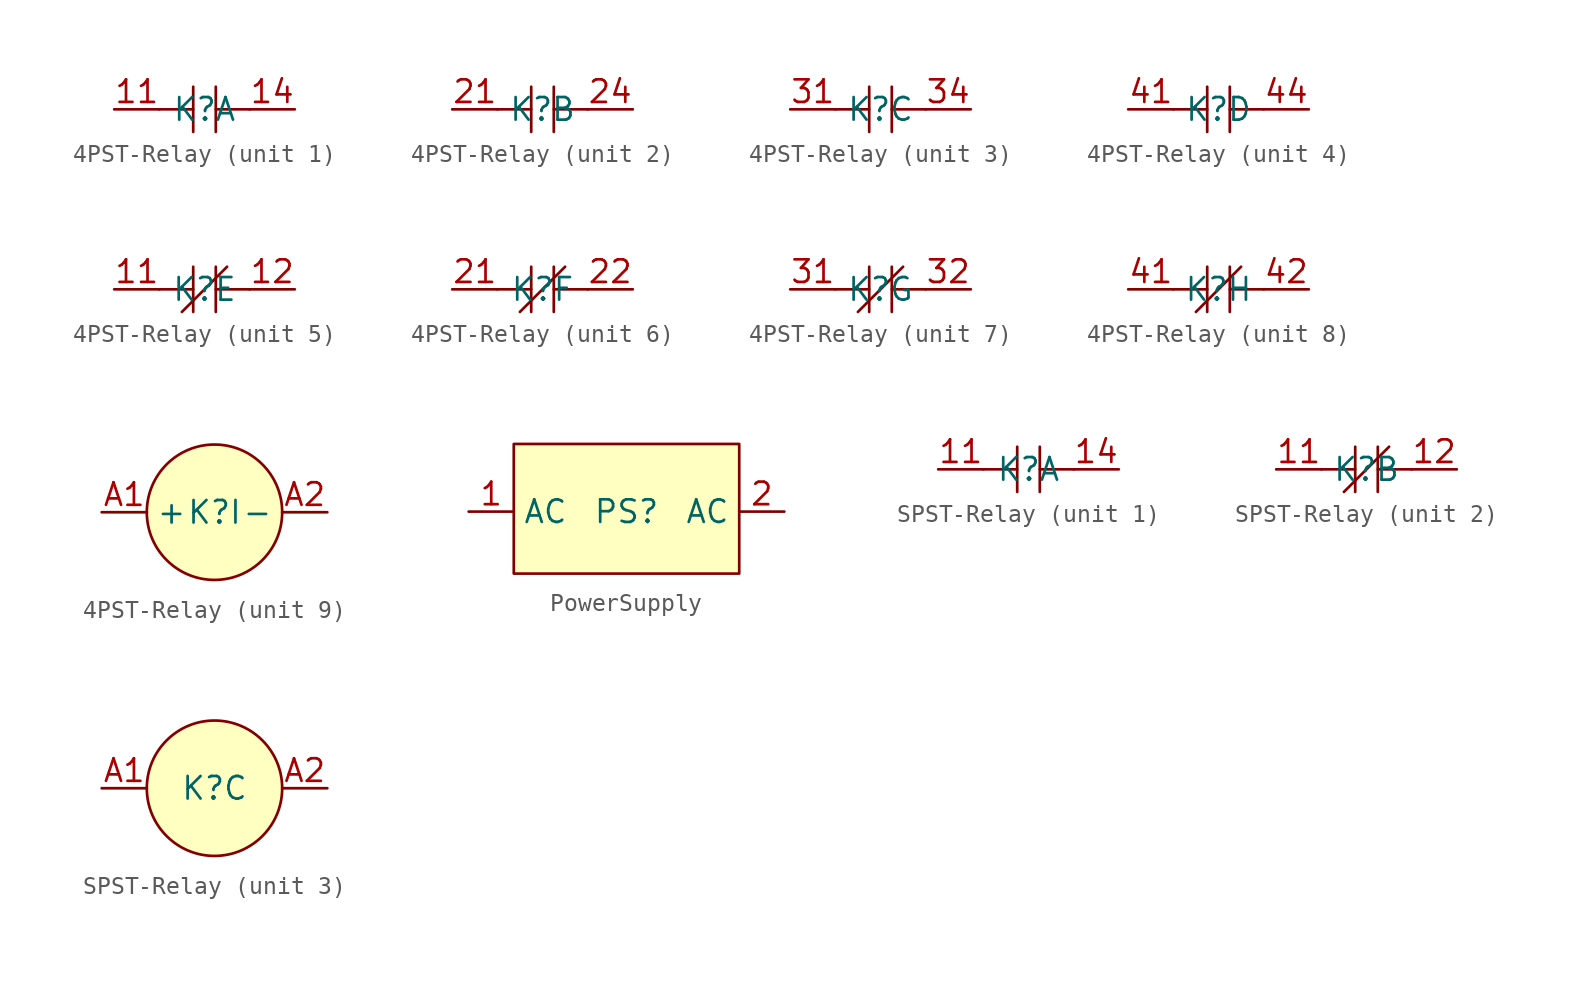
<source format=kicad_sym>
(kicad_symbol_lib
  (version 20231120)
  (generator "kicad_symbol_editor")
  (generator_version "8.0")
  (symbol "4PST-Relay"
    (property "Reference" "K"
      (at 0 0 0)
      (effects (font (size 1.27 1.27))))
    (property "Value" ""
      (at 0 0 0)
      (effects (font (size 1.27 1.27))))
    (property "ki_locked" ""
      (at 0 0 0)
      (effects (font (size 1.27 1.27))))
    (symbol "4PST-Relay_1_1"
      (polyline (pts (xy -2.54 0) (xy -0.635 0)) (stroke (width 0) (type default)) (fill (type none)))
      (polyline (pts (xy -0.635 1.27) (xy -0.635 -1.27)) (stroke (width 0) (type default)) (fill (type none)))
      (polyline (pts (xy 0.635 1.27) (xy 0.635 -1.27)) (stroke (width 0) (type default)) (fill (type none)))
      (polyline (pts (xy 2.54 0) (xy 0.635 0)) (stroke (width 0) (type default)) (fill (type none)))
      (pin passive line (at -5.08 0 0) (length 2.54) (name "" (effects (font (size 1.27 1.27)))) (number "11" (effects (font (size 1.27 1.27)))))
      (pin passive line (at 5.08 0 180) (length 2.54) (name "" (effects (font (size 1.27 1.27)))) (number "14" (effects (font (size 1.27 1.27))))))
    (symbol "4PST-Relay_2_1"
      (polyline (pts (xy -2.54 0) (xy -0.635 0)) (stroke (width 0) (type default)) (fill (type none)))
      (polyline (pts (xy -0.635 1.27) (xy -0.635 -1.27)) (stroke (width 0) (type default)) (fill (type none)))
      (polyline (pts (xy 0.635 1.27) (xy 0.635 -1.27)) (stroke (width 0) (type default)) (fill (type none)))
      (polyline (pts (xy 2.54 0) (xy 0.635 0)) (stroke (width 0) (type default)) (fill (type none)))
      (pin passive line (at -5.08 0 0) (length 2.54) (name "" (effects (font (size 1.27 1.27)))) (number "21" (effects (font (size 1.27 1.27)))))
      (pin passive line (at 5.08 0 180) (length 2.54) (name "" (effects (font (size 1.27 1.27)))) (number "24" (effects (font (size 1.27 1.27))))))
    (symbol "4PST-Relay_3_1"
      (polyline (pts (xy -2.54 0) (xy -0.635 0)) (stroke (width 0) (type default)) (fill (type none)))
      (polyline (pts (xy -0.635 1.27) (xy -0.635 -1.27)) (stroke (width 0) (type default)) (fill (type none)))
      (polyline (pts (xy 0.635 1.27) (xy 0.635 -1.27)) (stroke (width 0) (type default)) (fill (type none)))
      (polyline (pts (xy 2.54 0) (xy 0.635 0)) (stroke (width 0) (type default)) (fill (type none)))
      (pin passive line (at -5.08 0 0) (length 2.54) (name "" (effects (font (size 1.27 1.27)))) (number "31" (effects (font (size 1.27 1.27)))))
      (pin passive line (at 5.08 0 180) (length 2.54) (name "" (effects (font (size 1.27 1.27)))) (number "34" (effects (font (size 1.27 1.27))))))
    (symbol "4PST-Relay_4_1"
      (polyline (pts (xy -2.54 0) (xy -0.635 0)) (stroke (width 0) (type default)) (fill (type none)))
      (polyline (pts (xy -0.635 1.27) (xy -0.635 -1.27)) (stroke (width 0) (type default)) (fill (type none)))
      (polyline (pts (xy 0.635 1.27) (xy 0.635 -1.27)) (stroke (width 0) (type default)) (fill (type none)))
      (polyline (pts (xy 2.54 0) (xy 0.635 0)) (stroke (width 0) (type default)) (fill (type none)))
      (pin passive line (at -5.08 0 0) (length 2.54) (name "" (effects (font (size 1.27 1.27)))) (number "41" (effects (font (size 1.27 1.27)))))
      (pin passive line (at 5.08 0 180) (length 2.54) (name "" (effects (font (size 1.27 1.27)))) (number "44" (effects (font (size 1.27 1.27))))))
    (symbol "4PST-Relay_5_1"
      (polyline (pts (xy -2.54 0) (xy -0.635 0)) (stroke (width 0) (type default)) (fill (type none)))
      (polyline (pts (xy -1.27 -1.27) (xy 1.27 1.27)) (stroke (width 0) (type default)) (fill (type none)))
      (polyline (pts (xy -0.635 1.27) (xy -0.635 -1.27)) (stroke (width 0) (type default)) (fill (type none)))
      (polyline (pts (xy 0.635 1.27) (xy 0.635 -1.27)) (stroke (width 0) (type default)) (fill (type none)))
      (polyline (pts (xy 2.54 0) (xy 0.635 0)) (stroke (width 0) (type default)) (fill (type none)))
      (pin passive line (at -5.08 0 0) (length 2.54) (name "" (effects (font (size 1.27 1.27)))) (number "11" (effects (font (size 1.27 1.27)))))
      (pin passive line (at 5.08 0 180) (length 2.54) (name "" (effects (font (size 1.27 1.27)))) (number "12" (effects (font (size 1.27 1.27))))))
    (symbol "4PST-Relay_6_1"
      (polyline (pts (xy -2.54 0) (xy -0.635 0)) (stroke (width 0) (type default)) (fill (type none)))
      (polyline (pts (xy -1.27 -1.27) (xy 1.27 1.27)) (stroke (width 0) (type default)) (fill (type none)))
      (polyline (pts (xy -0.635 1.27) (xy -0.635 -1.27)) (stroke (width 0) (type default)) (fill (type none)))
      (polyline (pts (xy 0.635 1.27) (xy 0.635 -1.27)) (stroke (width 0) (type default)) (fill (type none)))
      (polyline (pts (xy 2.54 0) (xy 0.635 0)) (stroke (width 0) (type default)) (fill (type none)))
      (pin passive line (at -5.08 0 0) (length 2.54) (name "" (effects (font (size 1.27 1.27)))) (number "21" (effects (font (size 1.27 1.27)))))
      (pin passive line (at 5.08 0 180) (length 2.54) (name "" (effects (font (size 1.27 1.27)))) (number "22" (effects (font (size 1.27 1.27))))))
    (symbol "4PST-Relay_7_1"
      (polyline (pts (xy -2.54 0) (xy -0.635 0)) (stroke (width 0) (type default)) (fill (type none)))
      (polyline (pts (xy -1.27 -1.27) (xy 1.27 1.27)) (stroke (width 0) (type default)) (fill (type none)))
      (polyline (pts (xy -0.635 1.27) (xy -0.635 -1.27)) (stroke (width 0) (type default)) (fill (type none)))
      (polyline (pts (xy 0.635 1.27) (xy 0.635 -1.27)) (stroke (width 0) (type default)) (fill (type none)))
      (polyline (pts (xy 2.54 0) (xy 0.635 0)) (stroke (width 0) (type default)) (fill (type none)))
      (pin passive line (at -5.08 0 0) (length 2.54) (name "" (effects (font (size 1.27 1.27)))) (number "31" (effects (font (size 1.27 1.27)))))
      (pin passive line (at 5.08 0 180) (length 2.54) (name "" (effects (font (size 1.27 1.27)))) (number "32" (effects (font (size 1.27 1.27))))))
    (symbol "4PST-Relay_8_1"
      (polyline (pts (xy -2.54 0) (xy -0.635 0)) (stroke (width 0) (type default)) (fill (type none)))
      (polyline (pts (xy -1.27 -1.27) (xy 1.27 1.27)) (stroke (width 0) (type default)) (fill (type none)))
      (polyline (pts (xy -0.635 1.27) (xy -0.635 -1.27)) (stroke (width 0) (type default)) (fill (type none)))
      (polyline (pts (xy 0.635 1.27) (xy 0.635 -1.27)) (stroke (width 0) (type default)) (fill (type none)))
      (polyline (pts (xy 2.54 0) (xy 0.635 0)) (stroke (width 0) (type default)) (fill (type none)))
      (pin passive line (at -5.08 0 0) (length 2.54) (name "" (effects (font (size 1.27 1.27)))) (number "41" (effects (font (size 1.27 1.27)))))
      (pin passive line (at 5.08 0 180) (length 2.54) (name "" (effects (font (size 1.27 1.27)))) (number "42" (effects (font (size 1.27 1.27))))))
    (symbol "4PST-Relay_9_1"
      (circle (center 0 0) (radius 3.81) (stroke (width 0) (type default)) (fill (type background)))
      (pin passive line (at -6.35 0 0) (length 2.54) (name "+" (effects (font (size 1.27 1.27)))) (number "A1" (effects (font (size 1.27 1.27)))))
      (pin passive line (at 6.35 0 180) (length 2.54) (name "-" (effects (font (size 1.27 1.27)))) (number "A2" (effects (font (size 1.27 1.27)))))))
  (symbol "PowerSupply"
    (property "Reference" "PS"
      (at 0 0 0)
      (effects (font (size 1.27 1.27))))
    (property "Value" ""
      (at 0 0 0)
      (effects (font (size 1.27 1.27))))
    (symbol "PowerSupply_1_1"
      (rectangle (start -6.35 3.81) (end 6.35 -3.493) (stroke (width 0) (type default)) (fill (type background)))
      (pin passive line (at -8.89 0 0) (length 2.54) (name "AC" (effects (font (size 1.27 1.27)))) (number "1" (effects (font (size 1.27 1.27)))))
      (pin passive line (at 8.89 0 180) (length 2.54) (name "AC" (effects (font (size 1.27 1.27)))) (number "2" (effects (font (size 1.27 1.27)))))))
  (symbol "SPST-Relay"
    (property "Reference" "K"
      (at 0 0 0)
      (effects (font (size 1.27 1.27))))
    (property "Value" ""
      (at 0 0 0)
      (effects (font (size 1.27 1.27))))
    (property "ki_locked" ""
      (at 0 0 0)
      (effects (font (size 1.27 1.27))))
    (symbol "SPST-Relay_1_1"
      (polyline (pts (xy -2.54 0) (xy -0.635 0)) (stroke (width 0) (type default)) (fill (type none)))
      (polyline (pts (xy -0.635 1.27) (xy -0.635 -1.27)) (stroke (width 0) (type default)) (fill (type none)))
      (polyline (pts (xy 0.635 1.27) (xy 0.635 -1.27)) (stroke (width 0) (type default)) (fill (type none)))
      (polyline (pts (xy 2.54 0) (xy 0.635 0)) (stroke (width 0) (type default)) (fill (type none)))
      (pin passive line (at -5.08 0 0) (length 2.54) (name "" (effects (font (size 1.27 1.27)))) (number "11" (effects (font (size 1.27 1.27)))))
      (pin passive line (at 5.08 0 180) (length 2.54) (name "" (effects (font (size 1.27 1.27)))) (number "14" (effects (font (size 1.27 1.27))))))
    (symbol "SPST-Relay_2_1"
      (polyline (pts (xy -2.54 0) (xy -0.635 0)) (stroke (width 0) (type default)) (fill (type none)))
      (polyline (pts (xy -1.27 -1.27) (xy 1.27 1.27)) (stroke (width 0) (type default)) (fill (type none)))
      (polyline (pts (xy -0.635 1.27) (xy -0.635 -1.27)) (stroke (width 0) (type default)) (fill (type none)))
      (polyline (pts (xy 0.635 1.27) (xy 0.635 -1.27)) (stroke (width 0) (type default)) (fill (type none)))
      (polyline (pts (xy 2.54 0) (xy 0.635 0)) (stroke (width 0) (type default)) (fill (type none)))
      (pin passive line (at -5.08 0 0) (length 2.54) (name "" (effects (font (size 1.27 1.27)))) (number "11" (effects (font (size 1.27 1.27)))))
      (pin passive line (at 5.08 0 180) (length 2.54) (name "" (effects (font (size 1.27 1.27)))) (number "12" (effects (font (size 1.27 1.27))))))
    (symbol "SPST-Relay_3_1"
      (circle (center 0 0) (radius 3.81) (stroke (width 0) (type default)) (fill (type background)))
      (pin passive line (at -6.35 0 0) (length 2.54) (name "" (effects (font (size 1.27 1.27)))) (number "A1" (effects (font (size 1.27 1.27)))))
      (pin passive line (at 6.35 0 180) (length 2.54) (name "" (effects (font (size 1.27 1.27)))) (number "A2" (effects (font (size 1.27 1.27))))))))
</source>
